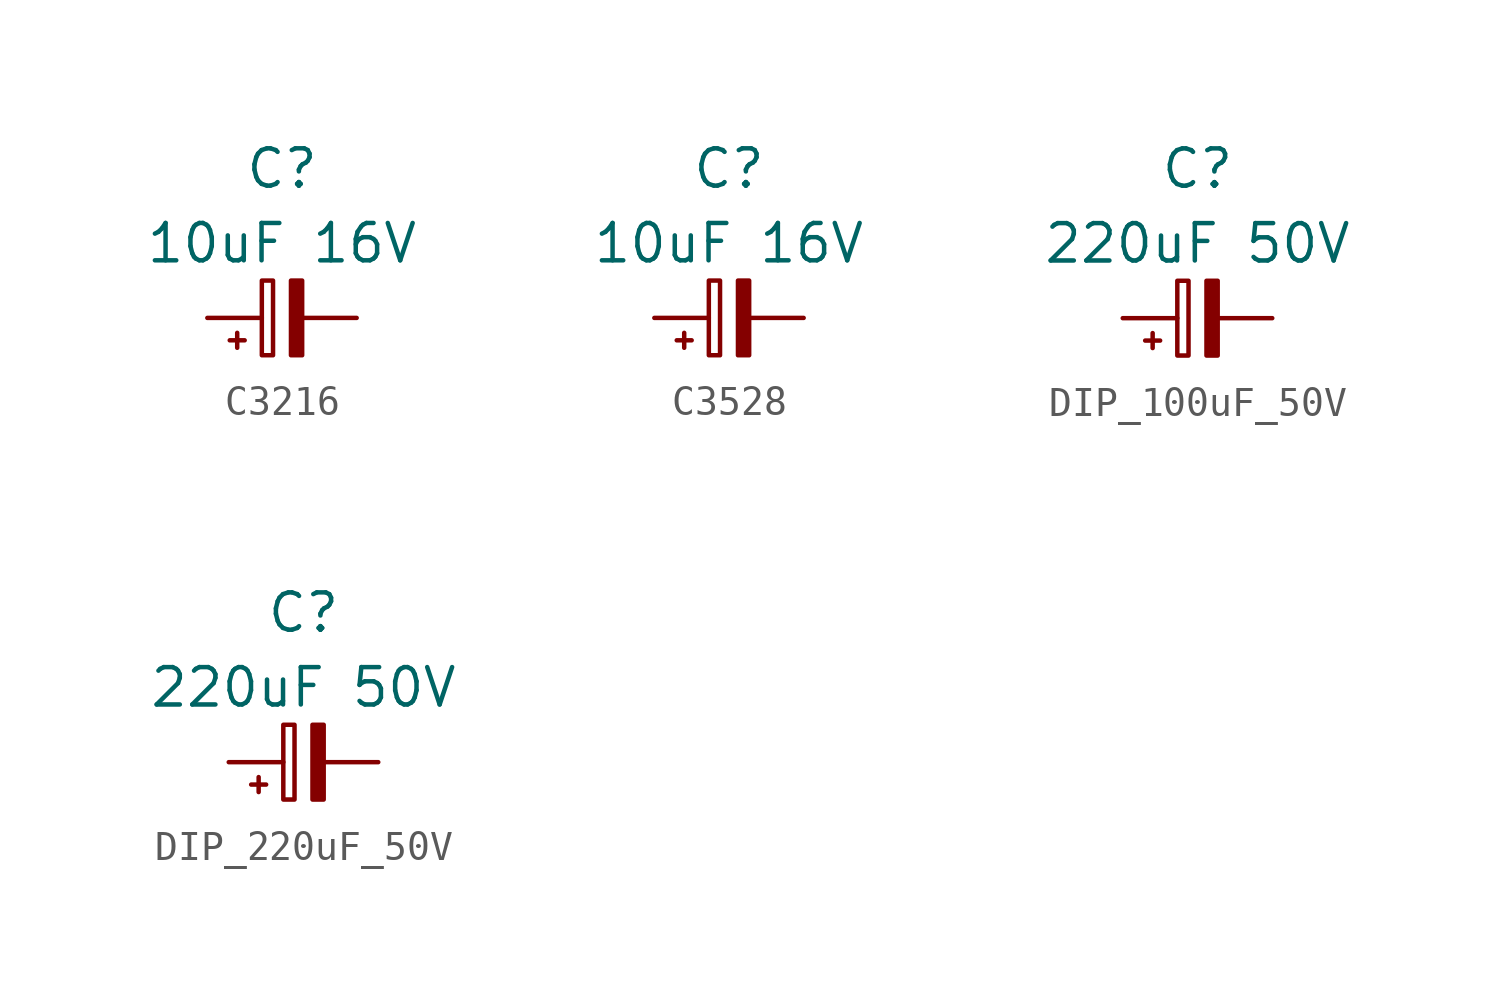
<source format=kicad_sym>
(kicad_symbol_lib
  (version 20220914)
  (generator kicad_symbol_editor)
  (symbol "C3216"
    (pin_numbers hide)
    (pin_names
      (offset 0.254) hide)
    (property "Reference" "C"
      (at 0 5.08 0)
      (do_not_autoplace)
      (effects (font (size 1.27 1.27))))
    (property "Value" "10uF 16V"
      (at 0 2.54 0)
      (do_not_autoplace)
      (effects (font (size 1.27 1.27))))
    (symbol "C3216_0_1"
      (rectangle (start -0.686 1.27) (end -0.305 -1.27) (stroke (width 0) (type default)) (fill (type none)))
      (polyline (pts (xy -1.524 -1.016) (xy -1.524 -0.508)) (stroke (width 0) (type default)) (fill (type none)))
      (polyline (pts (xy -1.27 -0.762) (xy -1.778 -0.762)) (stroke (width 0) (type default)) (fill (type none)))
      (rectangle (start 0.305 1.27) (end 0.686 -1.27) (stroke (width 0) (type default)) (fill (type outline))))
    (symbol "C3216_1_1"
      (pin passive line (at -2.54 0 0) (length 1.854) (name "~" (effects (font (size 1.27 1.27)))) (number "1" (effects (font (size 1.27 1.27)))))
      (pin passive line (at 2.54 0 180) (length 1.854) (name "~" (effects (font (size 1.27 1.27)))) (number "2" (effects (font (size 1.27 1.27)))))))
  (symbol "C3528"
    (pin_numbers hide)
    (pin_names
      (offset 0.254) hide)
    (property "Reference" "C"
      (at 0 5.08 0)
      (effects (font (size 1.27 1.27))))
    (property "Value" "10uF 16V"
      (at 0 2.54 0)
      (effects (font (size 1.27 1.27))))
    (symbol "C3528_0_1"
      (rectangle (start -0.686 1.27) (end -0.305 -1.27) (stroke (width 0) (type default)) (fill (type none)))
      (polyline (pts (xy -1.524 -1.016) (xy -1.524 -0.508)) (stroke (width 0) (type default)) (fill (type none)))
      (polyline (pts (xy -1.27 -0.762) (xy -1.778 -0.762)) (stroke (width 0) (type default)) (fill (type none)))
      (rectangle (start 0.305 1.27) (end 0.686 -1.27) (stroke (width 0) (type default)) (fill (type outline))))
    (symbol "C3528_1_1"
      (pin passive line (at -2.54 0 0) (length 1.854) (name "~" (effects (font (size 1.27 1.27)))) (number "1" (effects (font (size 1.27 1.27)))))
      (pin passive line (at 2.54 0 180) (length 1.854) (name "~" (effects (font (size 1.27 1.27)))) (number "2" (effects (font (size 1.27 1.27)))))))
  (symbol "DIP_100uF_50V"
    (pin_numbers hide)
    (pin_names
      (offset 0.254) hide)
    (property "Reference" "C"
      (at 0 5.08 0)
      (do_not_autoplace)
      (effects (font (size 1.27 1.27))))
    (property "Value" "220uF 50V"
      (at 0 2.54 0)
      (do_not_autoplace)
      (effects (font (size 1.27 1.27))))
    (symbol "DIP_100uF_50V_0_1"
      (rectangle (start -0.686 1.27) (end -0.305 -1.27) (stroke (width 0) (type default)) (fill (type none)))
      (polyline (pts (xy -1.524 -1.016) (xy -1.524 -0.508)) (stroke (width 0) (type default)) (fill (type none)))
      (polyline (pts (xy -1.27 -0.762) (xy -1.778 -0.762)) (stroke (width 0) (type default)) (fill (type none)))
      (rectangle (start 0.305 1.27) (end 0.686 -1.27) (stroke (width 0) (type default)) (fill (type outline))))
    (symbol "DIP_100uF_50V_1_1"
      (pin passive line (at -2.54 0 0) (length 1.854) (name "~" (effects (font (size 1.27 1.27)))) (number "1" (effects (font (size 1.27 1.27)))))
      (pin passive line (at 2.54 0 180) (length 1.854) (name "~" (effects (font (size 1.27 1.27)))) (number "2" (effects (font (size 1.27 1.27)))))))
  (symbol "DIP_220uF_50V"
    (pin_numbers hide)
    (pin_names
      (offset 0.254) hide)
    (property "Reference" "C"
      (at 0 5.08 0)
      (effects (font (size 1.27 1.27))))
    (property "Value" "220uF 50V"
      (at 0 2.54 0)
      (effects (font (size 1.27 1.27))))
    (symbol "DIP_220uF_50V_0_1"
      (rectangle (start -0.686 1.27) (end -0.305 -1.27) (stroke (width 0) (type default)) (fill (type none)))
      (polyline (pts (xy -1.524 -1.016) (xy -1.524 -0.508)) (stroke (width 0) (type default)) (fill (type none)))
      (polyline (pts (xy -1.27 -0.762) (xy -1.778 -0.762)) (stroke (width 0) (type default)) (fill (type none)))
      (rectangle (start 0.305 1.27) (end 0.686 -1.27) (stroke (width 0) (type default)) (fill (type outline))))
    (symbol "DIP_220uF_50V_1_1"
      (pin passive line (at -2.54 0 0) (length 1.854) (name "~" (effects (font (size 1.27 1.27)))) (number "1" (effects (font (size 1.27 1.27)))))
      (pin passive line (at 2.54 0 180) (length 1.854) (name "~" (effects (font (size 1.27 1.27)))) (number "2" (effects (font (size 1.27 1.27))))))))
</source>
